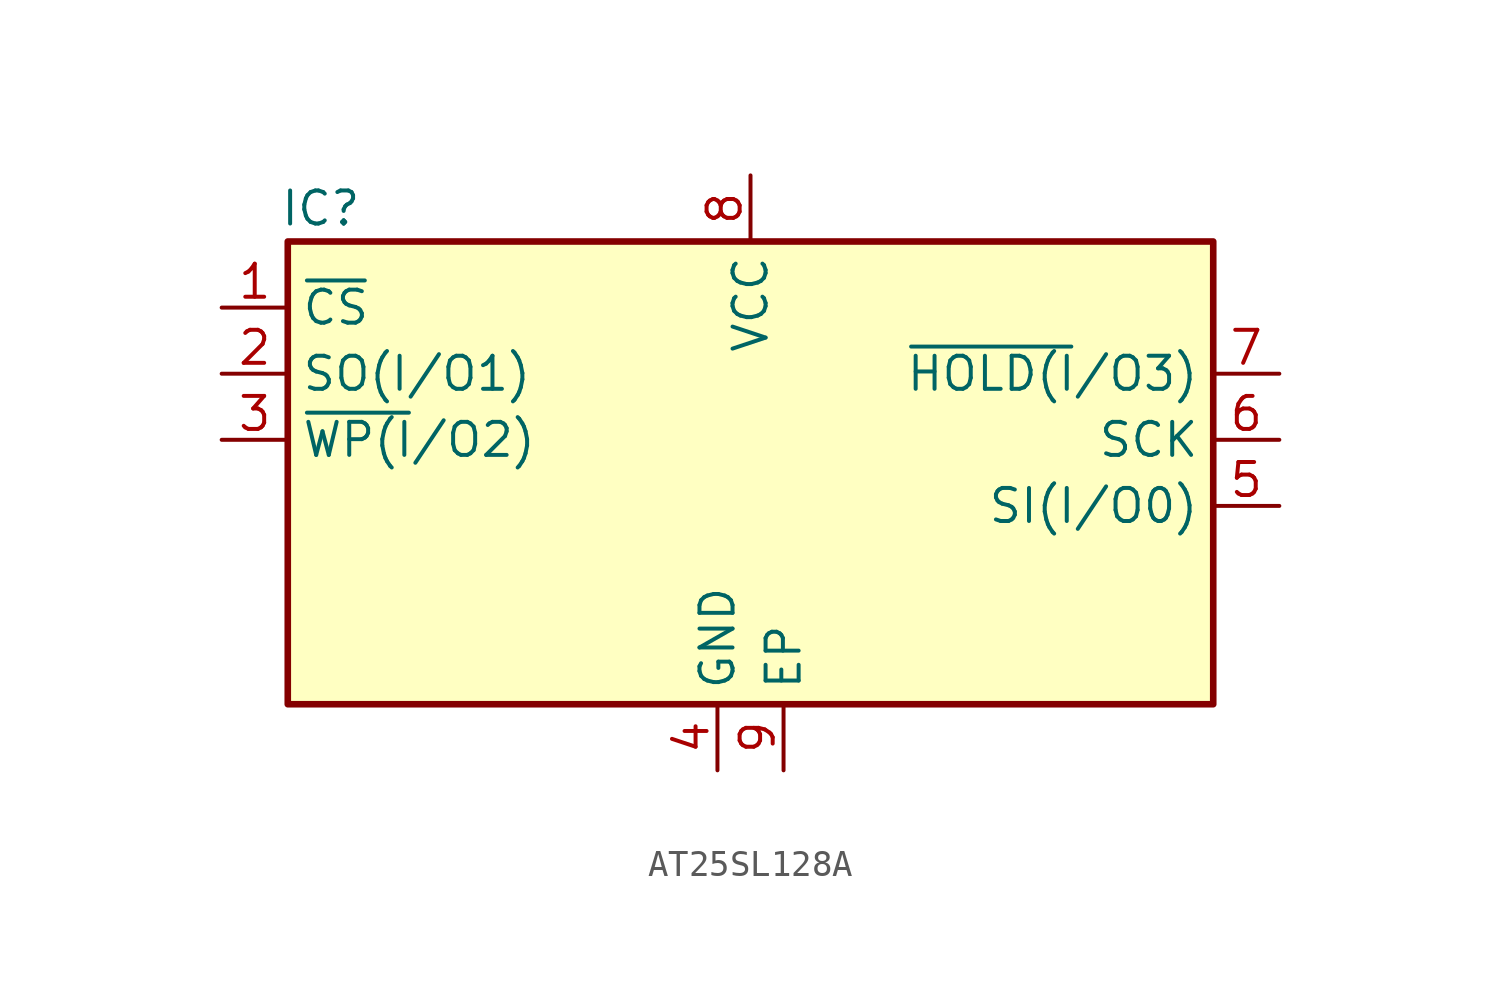
<source format=kicad_sym>
(kicad_symbol_lib
  (version 20220914)
  (generator kicad_symbol_editor)
  (symbol "AT25SL128A"
    (property "Reference" "IC"
      (at -16.51 10.16 0)
      (effects (font (size 1.27 1.27))))
    (property "Value" ""
      (at 0 0 0)
      (effects (font (size 1.27 1.27))))
    (symbol "AT25SL128A_1_1"
      (rectangle (start -17.78 8.89) (end 17.78 -8.89) (stroke (width 0.254) (type default)) (fill (type background)))
      (pin passive line (at -20.32 6.35 0) (length 2.54) (name "~{CS}" (effects (font (size 1.27 1.27)))) (number "1" (effects (font (size 1.27 1.27)))))
      (pin passive line (at -20.32 3.81 0) (length 2.54) (name "SO(I/O1)" (effects (font (size 1.27 1.27)))) (number "2" (effects (font (size 1.27 1.27)))))
      (pin passive line (at -20.32 1.27 0) (length 2.54) (name "~{WP(I}/O2)" (effects (font (size 1.27 1.27)))) (number "3" (effects (font (size 1.27 1.27)))))
      (pin passive line (at -1.27 -11.43 90) (length 2.54) (name "GND" (effects (font (size 1.27 1.27)))) (number "4" (effects (font (size 1.27 1.27)))))
      (pin passive line (at 20.32 -1.27 180) (length 2.54) (name "SI(I/O0)" (effects (font (size 1.27 1.27)))) (number "5" (effects (font (size 1.27 1.27)))))
      (pin input line (at 20.32 1.27 180) (length 2.54) (name "SCK" (effects (font (size 1.27 1.27)))) (number "6" (effects (font (size 1.27 1.27)))))
      (pin passive line (at 20.32 3.81 180) (length 2.54) (name "~{HOLD(I}/O3)" (effects (font (size 1.27 1.27)))) (number "7" (effects (font (size 1.27 1.27)))))
      (pin power_in line (at 0 11.43 270) (length 2.54) (name "VCC" (effects (font (size 1.27 1.27)))) (number "8" (effects (font (size 1.27 1.27)))))
      (pin passive line (at 1.27 -11.43 90) (length 2.54) (name "EP" (effects (font (size 1.27 1.27)))) (number "9" (effects (font (size 1.27 1.27))))))))
</source>
